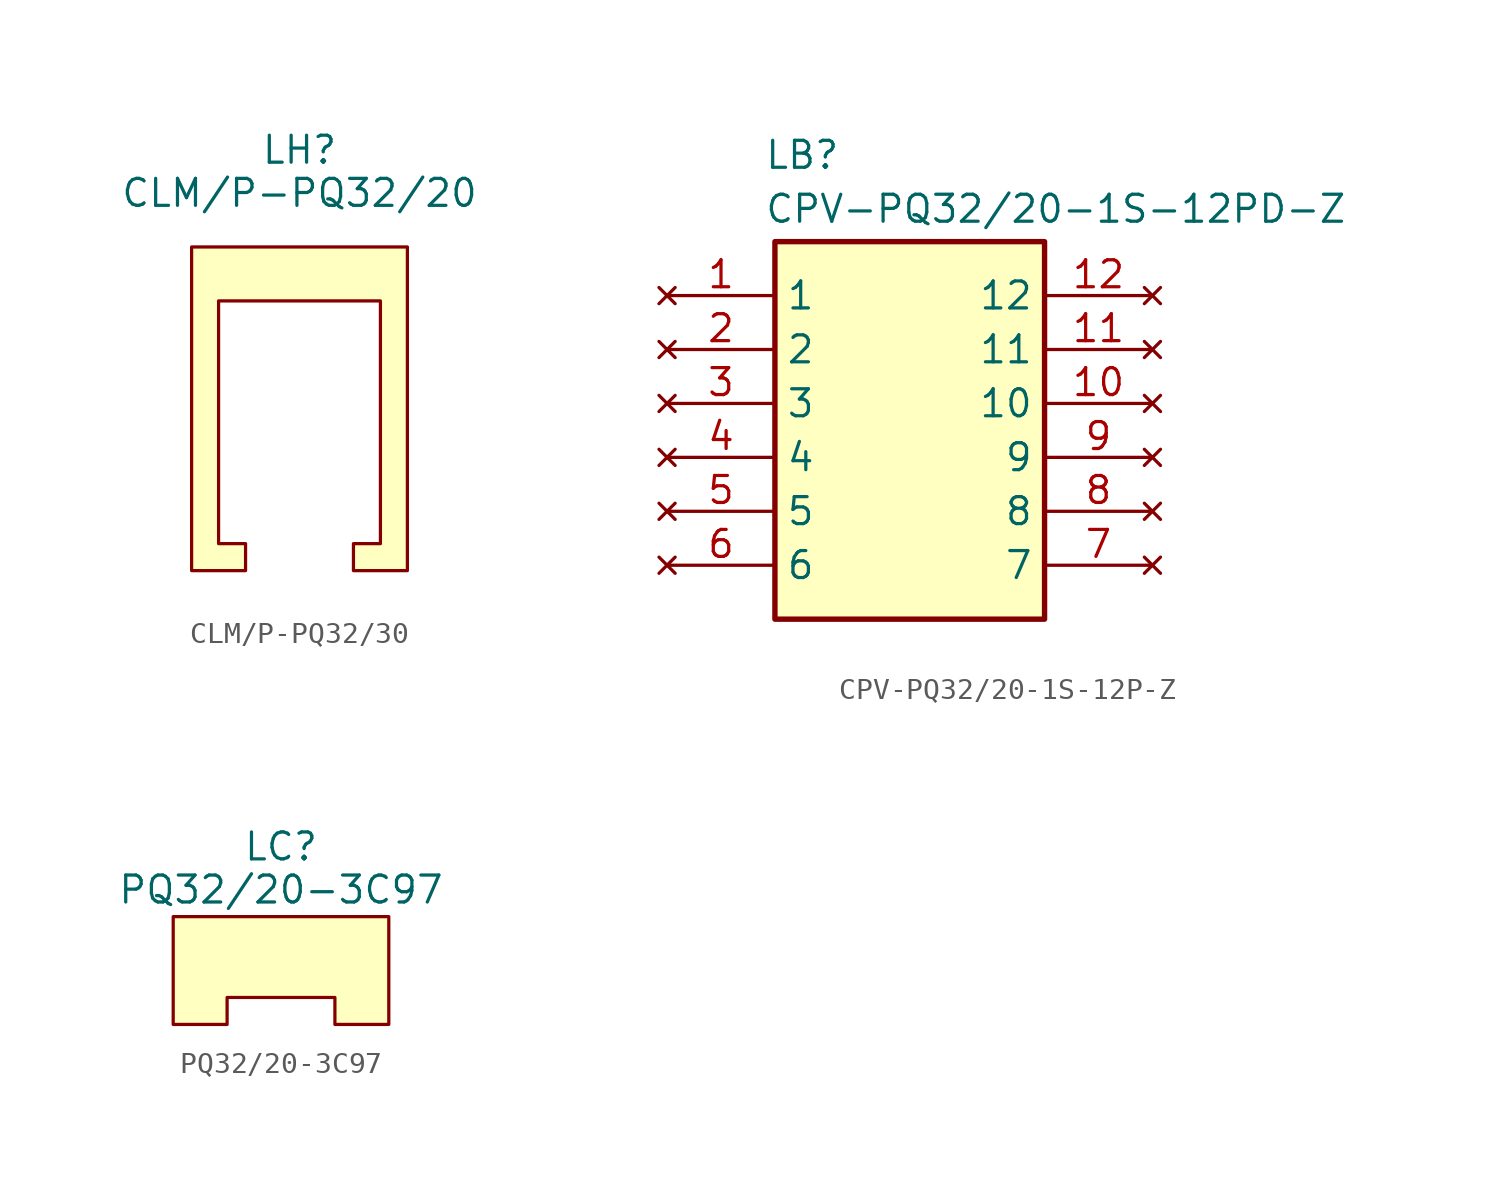
<source format=kicad_sym>
(kicad_symbol_lib
  (version 20231120)
  (generator "kicad_symbol_editor")
  (generator_version "8.0")
  (symbol "CLM/P-PQ32/30"
    (property "Reference" "LH"
      (at 0 2.032 0)
      (effects (font (size 1.27 1.27))))
    (property "Value" "CLM/P-PQ32/20"
      (at 0 0 0)
      (effects (font (size 1.27 1.27))))
    (symbol "CLM/P-PQ32/30_1_1"
      (polyline (pts (xy -5.08 -2.54) (xy 5.08 -2.54) (xy 5.08 -17.78) (xy 2.54 -17.78) (xy 2.54 -16.51) (xy 3.81 -16.51) (xy 3.81 -5.08) (xy -3.81 -5.08) (xy -3.81 -16.51) (xy -2.54 -16.51) (xy -2.54 -17.78) (xy -5.08 -17.78) (xy -5.08 -2.54)) (stroke (width 0) (type default)) (fill (type background)))))
  (symbol "CPV-PQ32/20-1S-12P-Z"
    (property "Reference" "LB"
      (at 4.572 7.366 0)
      (effects (font (size 1.27 1.27)) (justify left top)))
    (property "Value" "CPV-PQ32/20-1S-12PD-Z"
      (at 4.572 4.826 0)
      (effects (font (size 1.27 1.27)) (justify left top)))
    (symbol "CPV-PQ32/20-1S-12P-Z_1_1"
      (rectangle (start 5.08 2.54) (end 17.78 -15.24) (stroke (width 0.254) (type default)) (fill (type background)))
      (pin no_connect line (at 0 0 0) (length 5.08) (name "1" (effects (font (size 1.27 1.27)))) (number "1" (effects (font (size 1.27 1.27)))))
      (pin no_connect line (at 22.86 -5.08 180) (length 5.08) (name "10" (effects (font (size 1.27 1.27)))) (number "10" (effects (font (size 1.27 1.27)))))
      (pin no_connect line (at 22.86 -2.54 180) (length 5.08) (name "11" (effects (font (size 1.27 1.27)))) (number "11" (effects (font (size 1.27 1.27)))))
      (pin no_connect line (at 22.86 0 180) (length 5.08) (name "12" (effects (font (size 1.27 1.27)))) (number "12" (effects (font (size 1.27 1.27)))))
      (pin no_connect line (at 0 -2.54 0) (length 5.08) (name "2" (effects (font (size 1.27 1.27)))) (number "2" (effects (font (size 1.27 1.27)))))
      (pin no_connect line (at 0 -5.08 0) (length 5.08) (name "3" (effects (font (size 1.27 1.27)))) (number "3" (effects (font (size 1.27 1.27)))))
      (pin no_connect line (at 0 -7.62 0) (length 5.08) (name "4" (effects (font (size 1.27 1.27)))) (number "4" (effects (font (size 1.27 1.27)))))
      (pin no_connect line (at 0 -10.16 0) (length 5.08) (name "5" (effects (font (size 1.27 1.27)))) (number "5" (effects (font (size 1.27 1.27)))))
      (pin no_connect line (at 0 -12.7 0) (length 5.08) (name "6" (effects (font (size 1.27 1.27)))) (number "6" (effects (font (size 1.27 1.27)))))
      (pin no_connect line (at 22.86 -12.7 180) (length 5.08) (name "7" (effects (font (size 1.27 1.27)))) (number "7" (effects (font (size 1.27 1.27)))))
      (pin no_connect line (at 22.86 -10.16 180) (length 5.08) (name "8" (effects (font (size 1.27 1.27)))) (number "8" (effects (font (size 1.27 1.27)))))
      (pin no_connect line (at 22.86 -7.62 180) (length 5.08) (name "9" (effects (font (size 1.27 1.27)))) (number "9" (effects (font (size 1.27 1.27)))))))
  (symbol "PQ32/20-3C97"
    (property "Reference" "LC"
      (at 0 2.032 0)
      (effects (font (size 1.27 1.27))))
    (property "Value" "PQ32/20-3C97 "
      (at 0 0 0)
      (effects (font (size 1.27 1.27))))
    (symbol "PQ32/20-3C97_0_1"
      (polyline (pts (xy -5.08 -1.27) (xy 5.08 -1.27) (xy 5.08 -6.35) (xy 2.54 -6.35) (xy 2.54 -5.08) (xy -2.54 -5.08) (xy -2.54 -6.35) (xy -5.08 -6.35) (xy -5.08 -1.27)) (stroke (width 0) (type default)) (fill (type background))))))
</source>
